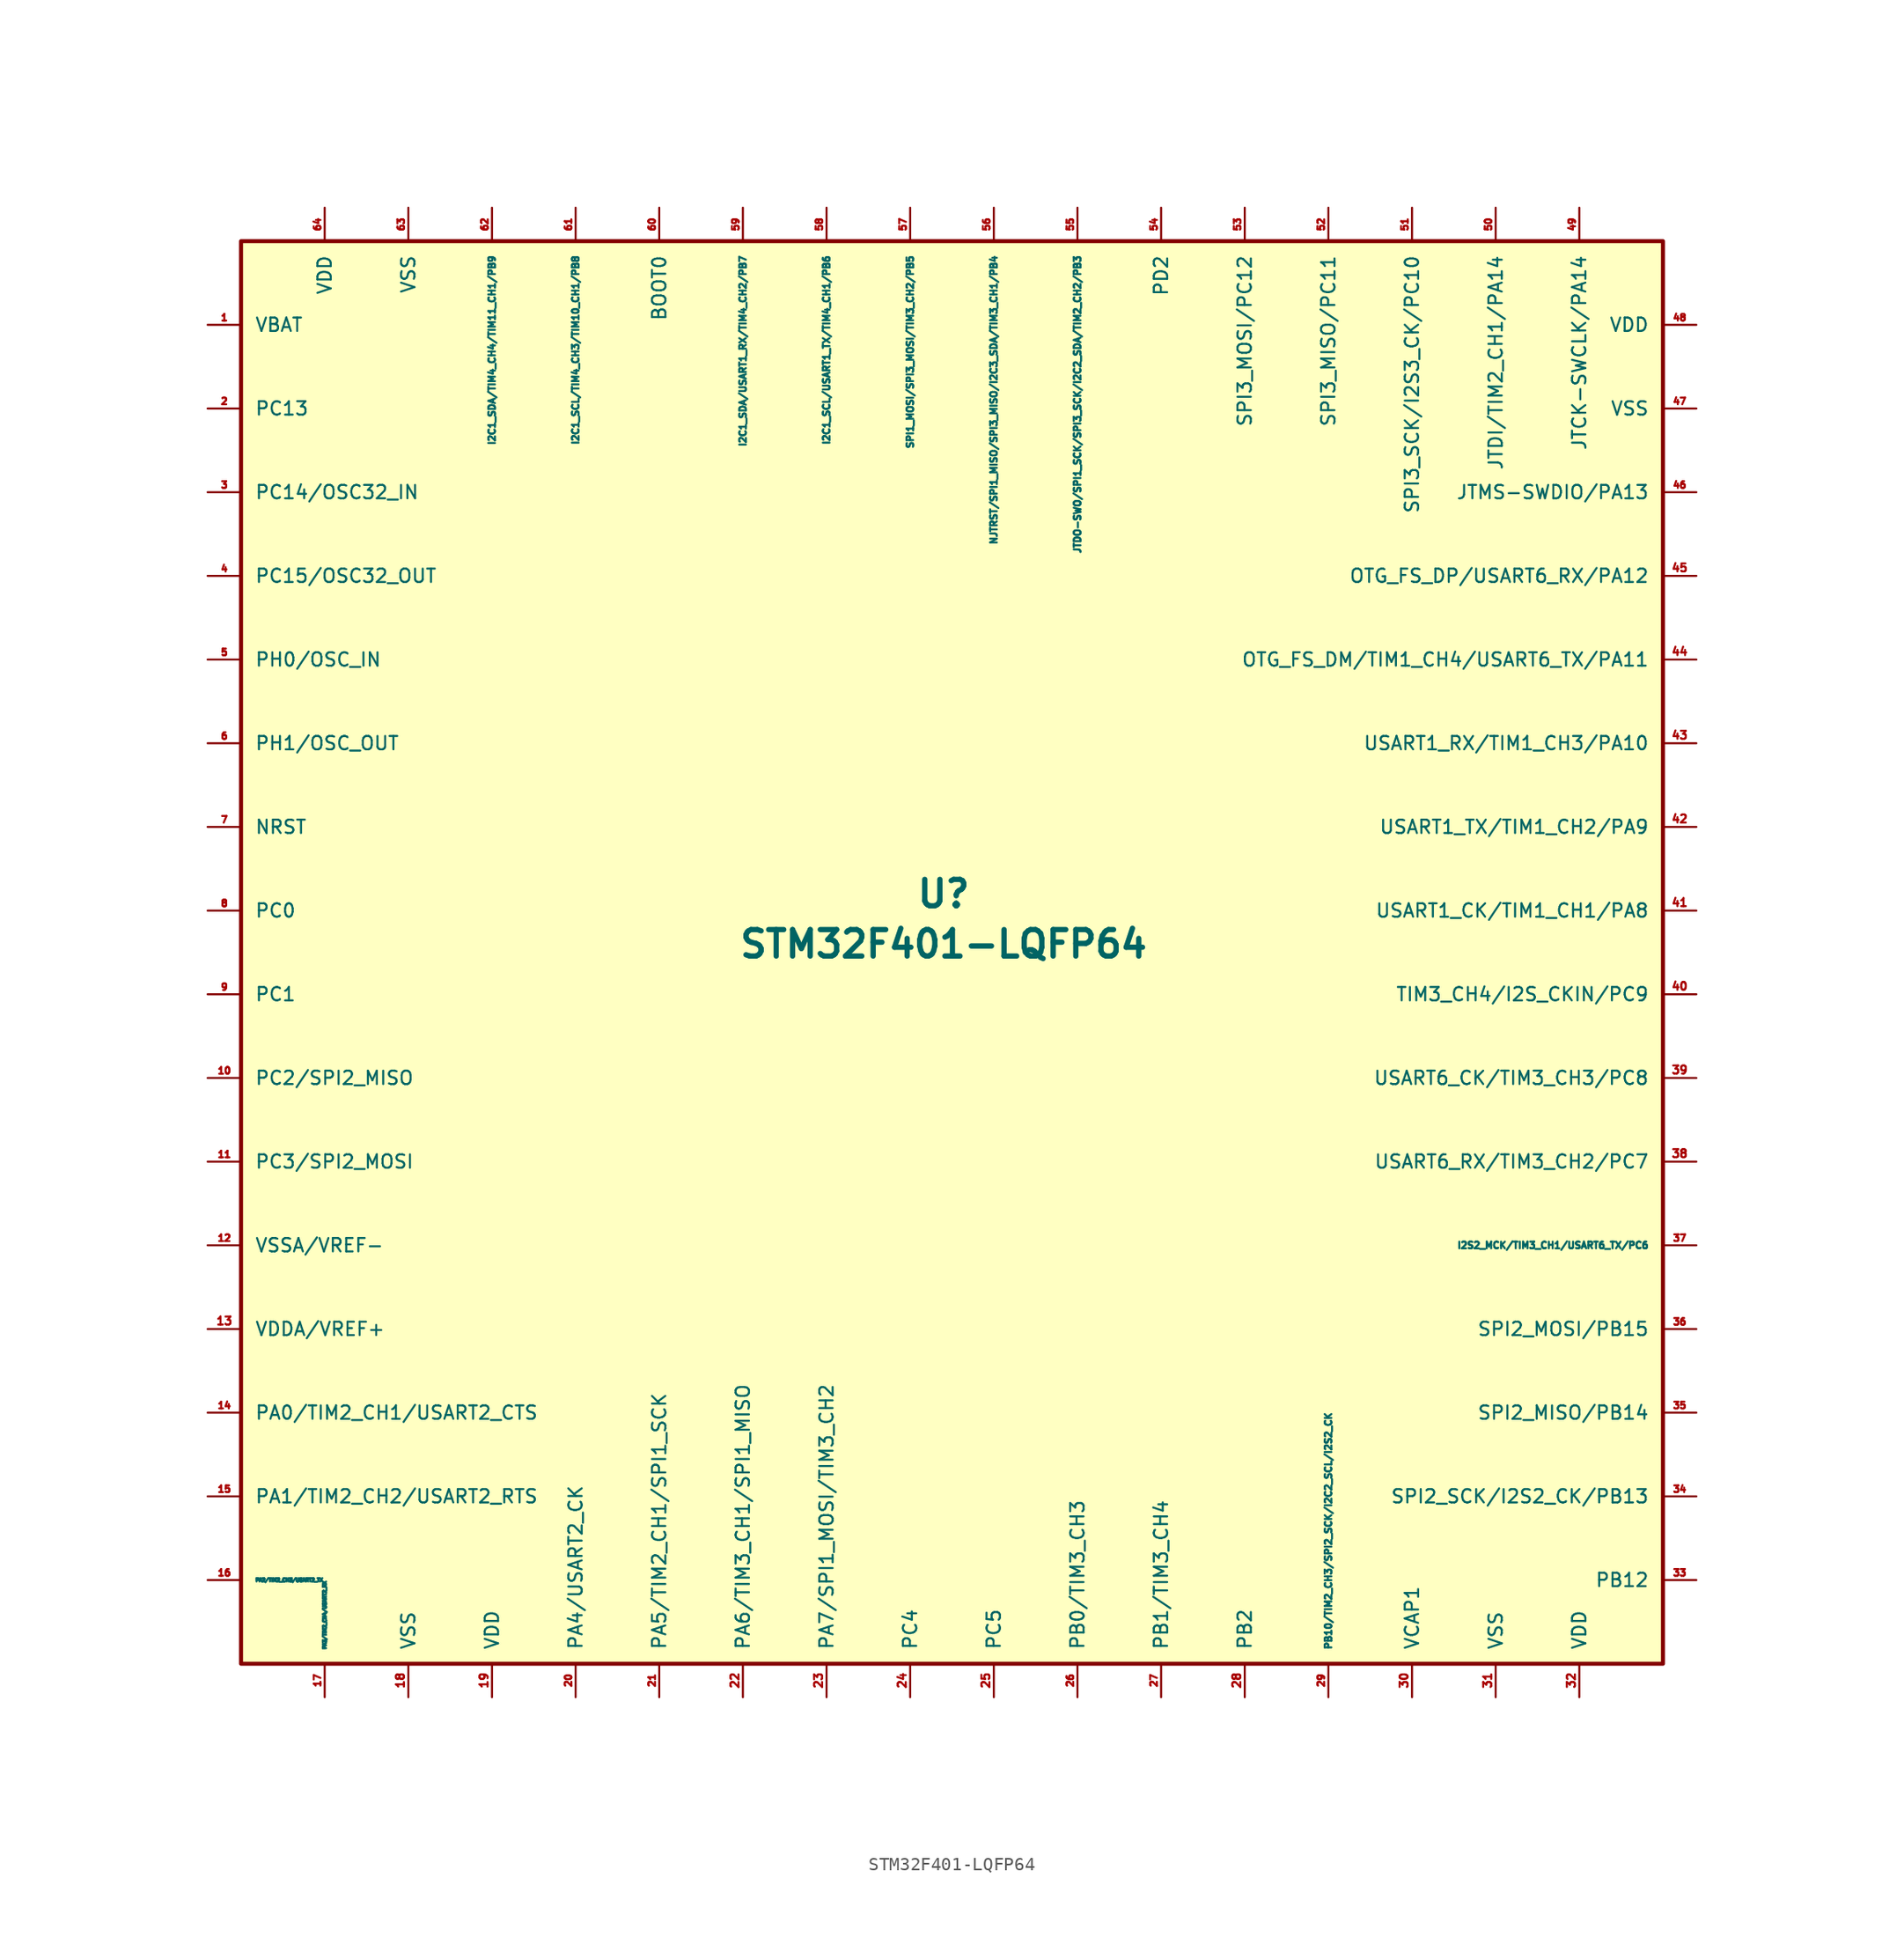
<source format=kicad_sym>
(kicad_symbol_lib
  (version 20211014)
  (generator kicad_symbol_editor)
  (symbol "acheron_Symbols:STM32F401-LQFP64"
    (pin_names
      (offset 1.016))
    (property "Reference" "U"
      (at -0.635 4.445 0)
      (effects (font (size 2.007 2.007) bold)))
    (property "Value" "STM32F401-LQFP64"
      (at -0.635 0.635 0)
      (effects (font (size 2.007 2.007) bold)))
    (symbol "STM32F401-LQFP64_0_1"
      (rectangle (start -53.975 53.975) (end 53.975 -53.975) (stroke (width 0.305) (type default) (color 0 0 0 0)) (fill (type background))))
    (symbol "STM32F401-LQFP64_1_1"
      (pin power_in line (at -56.515 47.625 0) (length 2.54) (name "VBAT" (effects (font (size 1.016 1.016)))) (number "1" (effects (font (size 0.508 0.508)))))
      (pin bidirectional line (at -56.515 -9.525 0) (length 2.54) (name "PC2/SPI2_MISO" (effects (font (size 1.016 1.016)))) (number "10" (effects (font (size 0.508 0.508)))) (alternate "PC2/SPI2_MISO" input line))
      (pin bidirectional line (at -56.515 -15.875 0) (length 2.54) (name "PC3/SPI2_MOSI" (effects (font (size 1.016 1.016)))) (number "11" (effects (font (size 0.508 0.508)))))
      (pin bidirectional line (at -56.515 -22.225 0) (length 2.54) (name "VSSA/VREF-" (effects (font (size 1.016 1.016)))) (number "12" (effects (font (size 0.508 0.508)))))
      (pin bidirectional line (at -56.515 -28.575 0) (length 2.54) (name "VDDA/VREF+" (effects (font (size 1.016 1.016)))) (number "13" (effects (font (size 0.61 0.61)))))
      (pin bidirectional line (at -56.515 -34.925 0) (length 2.54) (name "PA0/TIM2_CH1/USART2_CTS" (effects (font (size 1.016 1.016)))) (number "14" (effects (font (size 0.508 0.508)))))
      (pin bidirectional line (at -56.515 -41.275 0) (length 2.54) (name "PA1/TIM2_CH2/USART2_RTS" (effects (font (size 1.016 1.016)))) (number "15" (effects (font (size 0.508 0.508)))))
      (pin bidirectional line (at -56.515 -47.625 0) (length 2.54) (name "PA2/TIM2_CH3/USART2_TX" (effects (font (size 0.254 0.254)))) (number "16" (effects (font (size 0.508 0.508)))))
      (pin bidirectional line (at -47.625 -56.515 90) (length 2.54) (name "PA3/TIM2_CH4/USART2_RX" (effects (font (size 0.254 0.254)))) (number "17" (effects (font (size 0.508 0.508)))))
      (pin power_out line (at -41.275 -56.515 90) (length 2.54) (name "VSS" (effects (font (size 1.016 1.016)))) (number "18" (effects (font (size 0.61 0.61)))))
      (pin power_in line (at -34.925 -56.515 90) (length 2.54) (name "VDD" (effects (font (size 1.016 1.016)))) (number "19" (effects (font (size 0.61 0.61)))))
      (pin bidirectional line (at -56.515 41.275 0) (length 2.54) (name "PC13" (effects (font (size 1.016 1.016)))) (number "2" (effects (font (size 0.508 0.508)))))
      (pin bidirectional line (at -28.575 -56.515 90) (length 2.54) (name "PA4/USART2_CK" (effects (font (size 1.016 1.016)))) (number "20" (effects (font (size 0.508 0.508)))))
      (pin bidirectional line (at -22.225 -56.515 90) (length 2.54) (name "PA5/TIM2_CH1/SPI1_SCK" (effects (font (size 1.016 1.016)))) (number "21" (effects (font (size 0.508 0.508)))))
      (pin bidirectional line (at -15.875 -56.515 90) (length 2.54) (name "PA6/TIM3_CH1/SPI1_MISO" (effects (font (size 1.016 1.016)))) (number "22" (effects (font (size 0.61 0.61)))))
      (pin power_in line (at -9.525 -56.515 90) (length 2.54) (name "PA7/SPI1_MOSI/TIM3_CH2" (effects (font (size 1.016 1.016)))) (number "23" (effects (font (size 0.61 0.61)))))
      (pin power_in line (at -3.175 -56.515 90) (length 2.54) (name "PC4" (effects (font (size 1.016 1.016)))) (number "24" (effects (font (size 0.61 0.61)))))
      (pin bidirectional line (at 3.175 -56.515 90) (length 2.54) (name "PC5" (effects (font (size 1.016 1.016)))) (number "25" (effects (font (size 0.61 0.61)))))
      (pin bidirectional line (at 9.525 -56.515 90) (length 2.54) (name "PB0/TIM3_CH3" (effects (font (size 1.016 1.016)))) (number "26" (effects (font (size 0.508 0.508)))))
      (pin bidirectional line (at 15.875 -56.515 90) (length 2.54) (name "PB1/TIM3_CH4" (effects (font (size 1.016 1.016)))) (number "27" (effects (font (size 0.508 0.508)))))
      (pin bidirectional line (at 22.225 -56.515 90) (length 2.54) (name "PB2" (effects (font (size 1.016 1.016)))) (number "28" (effects (font (size 0.61 0.61)))))
      (pin bidirectional line (at 28.575 -56.515 90) (length 2.54) (name "PB10/TIM2_CH3/SPI2_SCK/I2C2_SCL/I2S2_CK" (effects (font (size 0.508 0.508)))) (number "29" (effects (font (size 0.508 0.508)))))
      (pin bidirectional line (at -56.515 34.925 0) (length 2.54) (name "PC14/OSC32_IN" (effects (font (size 1.016 1.016)))) (number "3" (effects (font (size 0.508 0.508)))))
      (pin bidirectional line (at 34.925 -56.515 90) (length 2.54) (name "VCAP1" (effects (font (size 1.016 1.016)))) (number "30" (effects (font (size 0.61 0.61)))))
      (pin bidirectional line (at 41.275 -56.515 90) (length 2.54) (name "VSS" (effects (font (size 1.016 1.016)))) (number "31" (effects (font (size 0.61 0.61)))))
      (pin bidirectional line (at 47.625 -56.515 90) (length 2.54) (name "VDD" (effects (font (size 1.016 1.016)))) (number "32" (effects (font (size 0.61 0.61)))))
      (pin bidirectional line (at 56.515 -47.625 180) (length 2.54) (name "PB12" (effects (font (size 1.016 1.016)))) (number "33" (effects (font (size 0.508 0.508)))))
      (pin bidirectional line (at 56.515 -41.275 180) (length 2.54) (name "SPI2_SCK/I2S2_CK/PB13" (effects (font (size 1.016 1.016)))) (number "34" (effects (font (size 0.508 0.508)))))
      (pin power_in line (at 56.515 -34.925 180) (length 2.54) (name "SPI2_MISO/PB14" (effects (font (size 1.016 1.016)))) (number "35" (effects (font (size 0.508 0.508)))))
      (pin power_in line (at 56.515 -28.575 180) (length 2.54) (name "SPI2_MOSI/PB15" (effects (font (size 1.016 1.016)))) (number "36" (effects (font (size 0.508 0.508)))))
      (pin bidirectional line (at 56.515 -22.225 180) (length 2.54) (name "I2S2_MCK/TIM3_CH1/USART6_TX/PC6" (effects (font (size 0.508 0.508)))) (number "37" (effects (font (size 0.508 0.508)))))
      (pin bidirectional line (at 56.515 -15.875 180) (length 2.54) (name "USART6_RX/TIM3_CH2/PC7" (effects (font (size 1.016 1.016)))) (number "38" (effects (font (size 0.61 0.61)))))
      (pin bidirectional line (at 56.515 -9.525 180) (length 2.54) (name "USART6_CK/TIM3_CH3/PC8" (effects (font (size 1.016 1.016)))) (number "39" (effects (font (size 0.61 0.61)))))
      (pin bidirectional line (at -56.515 28.575 0) (length 2.54) (name "PC15/OSC32_OUT" (effects (font (size 1.016 1.016)))) (number "4" (effects (font (size 0.508 0.508)))))
      (pin bidirectional line (at 56.515 -3.175 180) (length 2.54) (name "TIM3_CH4/I2S_CKIN/PC9" (effects (font (size 1.016 1.016)))) (number "40" (effects (font (size 0.61 0.61)))))
      (pin bidirectional line (at 56.515 3.175 180) (length 2.54) (name "USART1_CK/TIM1_CH1/PA8" (effects (font (size 1.016 1.016)))) (number "41" (effects (font (size 0.61 0.61)))))
      (pin bidirectional line (at 56.515 9.525 180) (length 2.54) (name "USART1_TX/TIM1_CH2/PA9" (effects (font (size 1.016 1.016)))) (number "42" (effects (font (size 0.61 0.61)))))
      (pin bidirectional line (at 56.515 15.875 180) (length 2.54) (name "USART1_RX/TIM1_CH3/PA10" (effects (font (size 1.016 1.016)))) (number "43" (effects (font (size 0.61 0.61)))))
      (pin output line (at 56.515 22.225 180) (length 2.54) (name "OTG_FS_DM/TIM1_CH4/USART6_TX/PA11" (effects (font (size 1.016 1.016)))) (number "44" (effects (font (size 0.61 0.61)))))
      (pin bidirectional line (at 56.515 28.575 180) (length 2.54) (name "OTG_FS_DP/USART6_RX/PA12" (effects (font (size 1.016 1.016)))) (number "45" (effects (font (size 0.61 0.61)))))
      (pin input line (at 56.515 34.925 180) (length 2.54) (name "JTMS-SWDIO/PA13" (effects (font (size 1.016 1.016)))) (number "46" (effects (font (size 0.508 0.508)))))
      (pin input line (at 56.515 41.275 180) (length 2.54) (name "VSS" (effects (font (size 1.016 1.016)))) (number "47" (effects (font (size 0.508 0.508)))))
      (pin input line (at 56.515 47.625 180) (length 2.54) (name "VDD" (effects (font (size 1.016 1.016)))) (number "48" (effects (font (size 0.508 0.508)))))
      (pin bidirectional line (at 47.625 56.515 270) (length 2.54) (name "JTCK-SWCLK/PA14" (effects (font (size 1.016 1.016)))) (number "49" (effects (font (size 0.508 0.508)))))
      (pin bidirectional line (at -56.515 22.225 0) (length 2.54) (name "PH0/OSC_IN" (effects (font (size 1.016 1.016)))) (number "5" (effects (font (size 0.508 0.508)))))
      (pin bidirectional line (at 41.275 56.515 270) (length 2.54) (name "JTDI/TIM2_CH1/PA14" (effects (font (size 1.016 1.016)))) (number "50" (effects (font (size 0.508 0.508)))))
      (pin power_in line (at 34.925 56.515 270) (length 2.54) (name "SPI3_SCK/I2S3_CK/PC10" (effects (font (size 1.016 1.016)))) (number "51" (effects (font (size 0.508 0.508)))))
      (pin power_in line (at 28.575 56.515 270) (length 2.54) (name "SPI3_MISO/PC11" (effects (font (size 1.016 1.016)))) (number "52" (effects (font (size 0.508 0.508)))))
      (pin bidirectional line (at 22.225 56.515 270) (length 2.54) (name "SPI3_MOSI/PC12" (effects (font (size 1.016 1.016)))) (number "53" (effects (font (size 0.508 0.508)))))
      (pin bidirectional line (at 15.875 56.515 270) (length 2.54) (name "PD2" (effects (font (size 1.016 1.016)))) (number "54" (effects (font (size 0.508 0.508)))))
      (pin bidirectional line (at 9.525 56.515 270) (length 2.54) (name "JTDO-SWO/SPI1_SCK/SPI3_SCK/I2C2_SDA/TIM2_CH2/PB3" (effects (font (size 0.508 0.508)))) (number "55" (effects (font (size 0.508 0.508)))))
      (pin bidirectional line (at 3.175 56.515 270) (length 2.54) (name "NJTRST/SPI1_MISO/SPI3_MISO/I2C3_SDA/TIM3_CH1/PB4" (effects (font (size 0.508 0.508)))) (number "56" (effects (font (size 0.508 0.508)))))
      (pin bidirectional line (at -3.175 56.515 270) (length 2.54) (name "SPI1_MOSI/SPI3_MOSI/TIM3_CH2/PB5" (effects (font (size 0.508 0.508)))) (number "57" (effects (font (size 0.508 0.508)))))
      (pin bidirectional line (at -9.525 56.515 270) (length 2.54) (name "I2C1_SCL/USART1_TX/TIM4_CH1/PB6" (effects (font (size 0.508 0.508)))) (number "58" (effects (font (size 0.508 0.508)))))
      (pin bidirectional line (at -15.875 56.515 270) (length 2.54) (name "I2C1_SDA/USART1_RX/TIM4_CH2/PB7" (effects (font (size 0.508 0.508)))) (number "59" (effects (font (size 0.508 0.508)))))
      (pin bidirectional line (at -56.515 15.875 0) (length 2.54) (name "PH1/OSC_OUT" (effects (font (size 1.016 1.016)))) (number "6" (effects (font (size 0.508 0.508)))))
      (pin output line (at -22.225 56.515 270) (length 2.54) (name "BOOT0" (effects (font (size 1.016 1.016)))) (number "60" (effects (font (size 0.508 0.508)))))
      (pin bidirectional line (at -28.575 56.515 270) (length 2.54) (name "I2C1_SCL/TIM4_CH3/TIM10_CH1/PB8" (effects (font (size 0.508 0.508)))) (number "61" (effects (font (size 0.508 0.508)))))
      (pin input line (at -34.925 56.515 270) (length 2.54) (name "I2C1_SDA/TIM4_CH4/TIM11_CH1/PB9" (effects (font (size 0.508 0.508)))) (number "62" (effects (font (size 0.508 0.508)))))
      (pin input line (at -41.275 56.515 270) (length 2.54) (name "VSS" (effects (font (size 1.016 1.016)))) (number "63" (effects (font (size 0.508 0.508)))))
      (pin input line (at -47.625 56.515 270) (length 2.54) (name "VDD" (effects (font (size 1.016 1.016)))) (number "64" (effects (font (size 0.508 0.508)))))
      (pin input line (at -56.515 9.525 0) (length 2.54) (name "NRST" (effects (font (size 1.016 1.016)))) (number "7" (effects (font (size 0.508 0.508)))))
      (pin power_in line (at -56.515 3.175 0) (length 2.54) (name "PC0" (effects (font (size 1.016 1.016)))) (number "8" (effects (font (size 0.508 0.508)))))
      (pin power_in line (at -56.515 -3.175 0) (length 2.54) (name "PC1" (effects (font (size 1.016 1.016)))) (number "9" (effects (font (size 0.508 0.508))))))))
</source>
